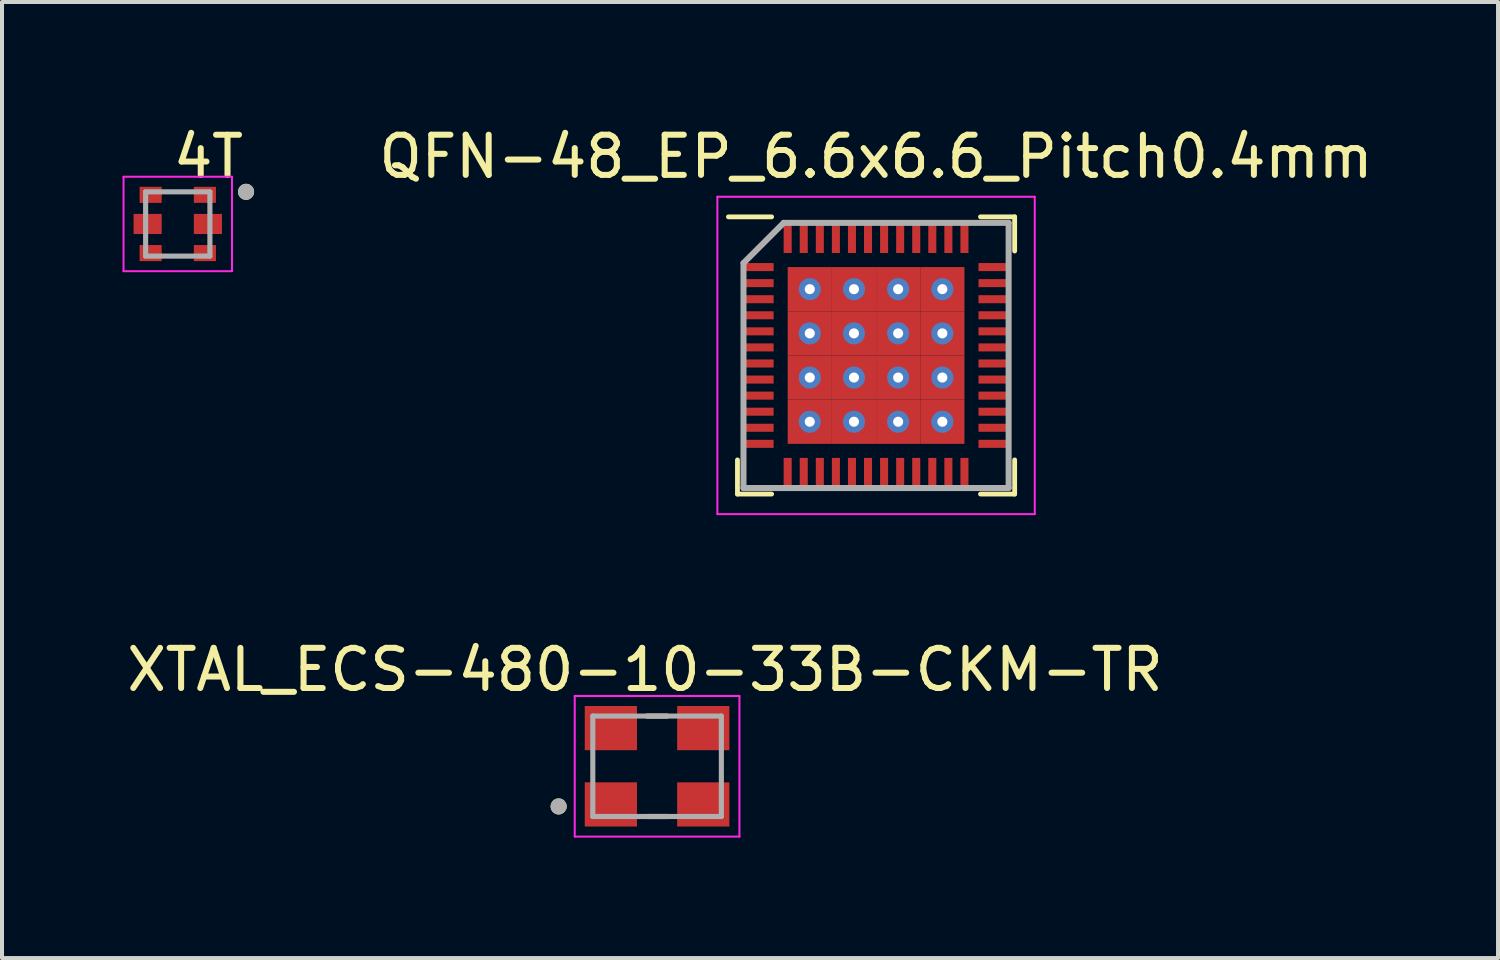
<source format=kicad_pcb>
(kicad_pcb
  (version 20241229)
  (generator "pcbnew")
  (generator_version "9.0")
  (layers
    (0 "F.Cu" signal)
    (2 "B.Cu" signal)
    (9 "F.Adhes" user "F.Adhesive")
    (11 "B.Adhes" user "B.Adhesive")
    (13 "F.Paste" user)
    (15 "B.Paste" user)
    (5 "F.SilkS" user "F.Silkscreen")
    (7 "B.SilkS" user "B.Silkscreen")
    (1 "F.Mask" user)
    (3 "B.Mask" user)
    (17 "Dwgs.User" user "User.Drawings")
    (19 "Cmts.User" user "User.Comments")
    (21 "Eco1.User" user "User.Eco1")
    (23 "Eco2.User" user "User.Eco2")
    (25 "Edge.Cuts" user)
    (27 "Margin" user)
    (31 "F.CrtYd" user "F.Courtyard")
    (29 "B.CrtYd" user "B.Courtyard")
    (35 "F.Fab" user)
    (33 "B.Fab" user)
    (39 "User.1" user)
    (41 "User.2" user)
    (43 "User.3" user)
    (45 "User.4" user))
  (footprint "4T"
    (layer "F.Cu")
    (at 1.375 2.525)
    (property "Reference" "4T" (at 0.762 -1.676 0) (layer "F.SilkS") (effects (font (size 1 1) (thickness 0.15))))
    (attr through_hole)
    (fp_circle (center 1.7 -0.8) (end 1.8 -0.8) (stroke (width 0.2) (type solid)) (fill no) (layer "F.SilkS"))
    (fp_line (start -1.35 -1.175) (end 1.35 -1.175) (stroke (width 0.05) (type solid)) (layer "F.CrtYd"))
    (fp_line (start -1.35 1.175) (end -1.35 -1.175) (stroke (width 0.05) (type solid)) (layer "F.CrtYd"))
    (fp_line (start 1.35 -1.175) (end 1.35 1.175) (stroke (width 0.05) (type solid)) (layer "F.CrtYd"))
    (fp_line (start 1.35 1.175) (end -1.35 1.175) (stroke (width 0.05) (type solid)) (layer "F.CrtYd"))
    (fp_line (start -0.8 -0.8) (end 0.8 -0.8) (stroke (width 0.127) (type solid)) (layer "F.Fab"))
    (fp_line (start -0.8 0.8) (end -0.8 -0.8) (stroke (width 0.127) (type solid)) (layer "F.Fab"))
    (fp_line (start 0.8 -0.8) (end 0.8 0.8) (stroke (width 0.127) (type solid)) (layer "F.Fab"))
    (fp_line (start 0.8 0.8) (end -0.8 0.8) (stroke (width 0.127) (type solid)) (layer "F.Fab"))
    (fp_circle (center 1.7 -0.8) (end 1.8 -0.8) (stroke (width 0.2) (type solid)) (fill no) (layer "F.Fab"))
    (pad "1" smd rect (at 0.675 -0.725) (size 0.55 0.4) (layers "F.Cu" "F.Mask" "F.Paste"))
    (pad "2" smd rect (at -0.675 -0.725) (size 0.55 0.4) (layers "F.Cu" "F.Mask" "F.Paste"))
    (pad "3" smd rect (at 0.75 0) (size 0.7 0.5) (layers "F.Cu" "F.Mask" "F.Paste"))
    (pad "4" smd rect (at -0.75 0) (size 0.7 0.5) (layers "F.Cu" "F.Mask" "F.Paste"))
    (pad "5" smd rect (at 0.675 0.725) (size 0.55 0.4) (layers "F.Cu" "F.Mask" "F.Paste"))
    (pad "6" smd rect (at -0.675 0.725) (size 0.55 0.4) (layers "F.Cu" "F.Mask" "F.Paste")))
  (footprint "QFN-48_EP_6.6x6.6_Pitch0.4mm"
    (layer "F.Cu")
    (at 18.757 5.798)
    (property "Reference" "QFN-48_EP_6.6x6.6_Pitch0.4mm" (at 0 -4.95 0) (layer "F.SilkS") (effects (font (size 1 1) (thickness 0.15))))
    (attr smd)
    (fp_line (start -3.45 3.45) (end -3.45 2.6) (stroke (width 0.12) (type solid)) (layer "F.SilkS"))
    (fp_line (start -2.6 -3.45) (end -3.675 -3.45) (stroke (width 0.12) (type solid)) (layer "F.SilkS"))
    (fp_line (start -2.6 3.45) (end -3.45 3.45) (stroke (width 0.12) (type solid)) (layer "F.SilkS"))
    (fp_line (start 2.6 -3.45) (end 3.45 -3.45) (stroke (width 0.12) (type solid)) (layer "F.SilkS"))
    (fp_line (start 2.6 3.45) (end 3.45 3.45) (stroke (width 0.12) (type solid)) (layer "F.SilkS"))
    (fp_line (start 3.45 -3.45) (end 3.45 -2.6) (stroke (width 0.12) (type solid)) (layer "F.SilkS"))
    (fp_line (start 3.45 3.45) (end 3.45 2.6) (stroke (width 0.12) (type solid)) (layer "F.SilkS"))
    (fp_line (start -3.95 -3.95) (end 3.95 -3.95) (stroke (width 0.05) (type solid)) (layer "F.CrtYd"))
    (fp_line (start -3.95 3.95) (end -3.95 -3.95) (stroke (width 0.05) (type solid)) (layer "F.CrtYd"))
    (fp_line (start 3.95 -3.95) (end 3.95 3.95) (stroke (width 0.05) (type solid)) (layer "F.CrtYd"))
    (fp_line (start 3.95 3.95) (end -3.95 3.95) (stroke (width 0.05) (type solid)) (layer "F.CrtYd"))
    (fp_line (start -3.3 -2.3) (end -3.3 3.3) (stroke (width 0.15) (type solid)) (layer "F.Fab"))
    (fp_line (start -3.3 3.3) (end 3.3 3.3) (stroke (width 0.15) (type solid)) (layer "F.Fab"))
    (fp_line (start -2.3 -3.3) (end -3.3 -2.3) (stroke (width 0.15) (type solid)) (layer "F.Fab"))
    (fp_line (start 3.3 -3.3) (end -2.3 -3.3) (stroke (width 0.15) (type solid)) (layer "F.Fab"))
    (fp_line (start 3.3 3.3) (end 3.3 -3.3) (stroke (width 0.15) (type solid)) (layer "F.Fab"))
    (pad "1" smd rect (at -2.925 -2.2 90) (size 0.2 0.75) (layers "F.Cu" "F.Mask" "F.Paste"))
    (pad "2" smd rect (at -2.925 -1.8 90) (size 0.2 0.75) (layers "F.Cu" "F.Mask" "F.Paste"))
    (pad "3" smd rect (at -2.925 -1.4 90) (size 0.2 0.75) (layers "F.Cu" "F.Mask" "F.Paste"))
    (pad "4" smd rect (at -2.925 -1 90) (size 0.2 0.75) (layers "F.Cu" "F.Mask" "F.Paste"))
    (pad "5" smd rect (at -2.925 -0.6 90) (size 0.2 0.75) (layers "F.Cu" "F.Mask" "F.Paste"))
    (pad "6" smd rect (at -2.925 -0.2 90) (size 0.2 0.75) (layers "F.Cu" "F.Mask" "F.Paste"))
    (pad "7" smd rect (at -2.925 0.2 90) (size 0.2 0.75) (layers "F.Cu" "F.Mask" "F.Paste"))
    (pad "8" smd rect (at -2.925 0.6 90) (size 0.2 0.75) (layers "F.Cu" "F.Mask" "F.Paste"))
    (pad "9" smd rect (at -2.925 1 90) (size 0.2 0.75) (layers "F.Cu" "F.Mask" "F.Paste"))
    (pad "10" smd rect (at -2.925 1.4 90) (size 0.2 0.75) (layers "F.Cu" "F.Mask" "F.Paste"))
    (pad "11" smd rect (at -2.925 1.8 90) (size 0.2 0.75) (layers "F.Cu" "F.Mask" "F.Paste"))
    (pad "12" smd rect (at -2.925 2.2 90) (size 0.2 0.75) (layers "F.Cu" "F.Mask" "F.Paste"))
    (pad "13" smd rect (at -2.2 2.925) (size 0.2 0.75) (layers "F.Cu" "F.Mask" "F.Paste"))
    (pad "14" smd rect (at -1.8 2.925) (size 0.2 0.75) (layers "F.Cu" "F.Mask" "F.Paste"))
    (pad "15" smd rect (at -1.4 2.925) (size 0.2 0.75) (layers "F.Cu" "F.Mask" "F.Paste"))
    (pad "16" smd rect (at -1 2.925) (size 0.2 0.75) (layers "F.Cu" "F.Mask" "F.Paste"))
    (pad "17" smd rect (at -0.6 2.925) (size 0.2 0.75) (layers "F.Cu" "F.Mask" "F.Paste"))
    (pad "18" smd rect (at -0.2 2.925) (size 0.2 0.75) (layers "F.Cu" "F.Mask" "F.Paste"))
    (pad "19" smd rect (at 0.2 2.925) (size 0.2 0.75) (layers "F.Cu" "F.Mask" "F.Paste"))
    (pad "20" smd rect (at 0.6 2.925) (size 0.2 0.75) (layers "F.Cu" "F.Mask" "F.Paste"))
    (pad "21" smd rect (at 1 2.925) (size 0.2 0.75) (layers "F.Cu" "F.Mask" "F.Paste"))
    (pad "22" smd rect (at 1.4 2.925) (size 0.2 0.75) (layers "F.Cu" "F.Mask" "F.Paste"))
    (pad "23" smd rect (at 1.8 2.925) (size 0.2 0.75) (layers "F.Cu" "F.Mask" "F.Paste"))
    (pad "24" smd rect (at 2.2 2.925) (size 0.2 0.75) (layers "F.Cu" "F.Mask" "F.Paste"))
    (pad "25" smd rect (at 2.925 2.2 90) (size 0.2 0.75) (layers "F.Cu" "F.Mask" "F.Paste"))
    (pad "26" smd rect (at 2.925 1.8 90) (size 0.2 0.75) (layers "F.Cu" "F.Mask" "F.Paste"))
    (pad "27" smd rect (at 2.925 1.4 90) (size 0.2 0.75) (layers "F.Cu" "F.Mask" "F.Paste"))
    (pad "28" smd rect (at 2.925 1 90) (size 0.2 0.75) (layers "F.Cu" "F.Mask" "F.Paste"))
    (pad "29" smd rect (at 2.925 0.6 90) (size 0.2 0.75) (layers "F.Cu" "F.Mask" "F.Paste"))
    (pad "30" smd rect (at 2.925 0.2 90) (size 0.2 0.75) (layers "F.Cu" "F.Mask" "F.Paste"))
    (pad "31" smd rect (at 2.925 -0.2 90) (size 0.2 0.75) (layers "F.Cu" "F.Mask" "F.Paste"))
    (pad "32" smd rect (at 2.925 -0.6 90) (size 0.2 0.75) (layers "F.Cu" "F.Mask" "F.Paste"))
    (pad "33" smd rect (at 2.925 -1 90) (size 0.2 0.75) (layers "F.Cu" "F.Mask" "F.Paste"))
    (pad "34" smd rect (at 2.925 -1.4 90) (size 0.2 0.75) (layers "F.Cu" "F.Mask" "F.Paste"))
    (pad "35" smd rect (at 2.925 -1.8 90) (size 0.2 0.75) (layers "F.Cu" "F.Mask" "F.Paste"))
    (pad "36" smd rect (at 2.925 -2.2 90) (size 0.2 0.75) (layers "F.Cu" "F.Mask" "F.Paste"))
    (pad "37" smd rect (at 2.2 -2.925) (size 0.2 0.75) (layers "F.Cu" "F.Mask" "F.Paste"))
    (pad "38" smd rect (at 1.8 -2.925) (size 0.2 0.75) (layers "F.Cu" "F.Mask" "F.Paste"))
    (pad "39" smd rect (at 1.4 -2.925) (size 0.2 0.75) (layers "F.Cu" "F.Mask" "F.Paste"))
    (pad "40" smd rect (at 1 -2.925) (size 0.2 0.75) (layers "F.Cu" "F.Mask" "F.Paste"))
    (pad "41" smd rect (at 0.6 -2.925) (size 0.2 0.75) (layers "F.Cu" "F.Mask" "F.Paste"))
    (pad "42" smd rect (at 0.2 -2.925) (size 0.2 0.75) (layers "F.Cu" "F.Mask" "F.Paste"))
    (pad "43" smd rect (at -0.2 -2.925) (size 0.2 0.75) (layers "F.Cu" "F.Mask" "F.Paste"))
    (pad "44" smd rect (at -0.6 -2.925) (size 0.2 0.75) (layers "F.Cu" "F.Mask" "F.Paste"))
    (pad "45" smd rect (at -1 -2.925) (size 0.2 0.75) (layers "F.Cu" "F.Mask" "F.Paste"))
    (pad "46" smd rect (at -1.4 -2.925) (size 0.2 0.75) (layers "F.Cu" "F.Mask" "F.Paste"))
    (pad "47" smd rect (at -1.8 -2.925) (size 0.2 0.75) (layers "F.Cu" "F.Mask" "F.Paste"))
    (pad "48" smd rect (at -2.2 -2.925) (size 0.2 0.75) (layers "F.Cu" "F.Mask" "F.Paste"))
    (pad "49" thru_hole circle (at -1.65 -1.65) (size 0.55 0.55) (drill 0.25) (layers "*.Cu" "*.Mask"))
    (pad "49" smd rect (at -1.65 -1.65) (size 1.1 1.1) (layers "F.Cu" "F.Mask" "F.Paste"))
    (pad "49" thru_hole circle (at -1.65 -0.55) (size 0.55 0.55) (drill 0.25) (layers "*.Cu" "*.Mask"))
    (pad "49" smd rect (at -1.65 -0.55) (size 1.1 1.1) (layers "F.Cu" "F.Mask" "F.Paste"))
    (pad "49" thru_hole circle (at -1.65 0.55) (size 0.55 0.55) (drill 0.25) (layers "*.Cu" "*.Mask"))
    (pad "49" smd rect (at -1.65 0.55) (size 1.1 1.1) (layers "F.Cu" "F.Mask" "F.Paste"))
    (pad "49" thru_hole circle (at -1.65 1.65) (size 0.55 0.55) (drill 0.25) (layers "*.Cu" "*.Mask"))
    (pad "49" smd rect (at -1.65 1.65) (size 1.1 1.1) (layers "F.Cu" "F.Mask" "F.Paste"))
    (pad "49" thru_hole circle (at -0.55 -1.65) (size 0.55 0.55) (drill 0.25) (layers "*.Cu" "*.Mask"))
    (pad "49" smd rect (at -0.55 -1.65) (size 1.1 1.1) (layers "F.Cu" "F.Mask" "F.Paste"))
    (pad "49" thru_hole circle (at -0.55 -0.55) (size 0.55 0.55) (drill 0.25) (layers "*.Cu" "*.Mask"))
    (pad "49" smd rect (at -0.55 -0.55) (size 1.1 1.1) (layers "F.Cu" "F.Mask" "F.Paste"))
    (pad "49" thru_hole circle (at -0.55 0.55) (size 0.55 0.55) (drill 0.25) (layers "*.Cu" "*.Mask"))
    (pad "49" smd rect (at -0.55 0.55) (size 1.1 1.1) (layers "F.Cu" "F.Mask" "F.Paste"))
    (pad "49" thru_hole circle (at -0.55 1.65) (size 0.55 0.55) (drill 0.25) (layers "*.Cu" "*.Mask"))
    (pad "49" smd rect (at -0.55 1.65) (size 1.1 1.1) (layers "F.Cu" "F.Mask" "F.Paste"))
    (pad "49" thru_hole circle (at 0.55 -1.65) (size 0.55 0.55) (drill 0.25) (layers "*.Cu" "*.Mask"))
    (pad "49" smd rect (at 0.55 -1.65) (size 1.1 1.1) (layers "F.Cu" "F.Mask" "F.Paste"))
    (pad "49" thru_hole circle (at 0.55 -0.55) (size 0.55 0.55) (drill 0.25) (layers "*.Cu" "*.Mask"))
    (pad "49" smd rect (at 0.55 -0.55) (size 1.1 1.1) (layers "F.Cu" "F.Mask" "F.Paste"))
    (pad "49" thru_hole circle (at 0.55 0.55) (size 0.55 0.55) (drill 0.25) (layers "*.Cu" "*.Mask"))
    (pad "49" smd rect (at 0.55 0.55) (size 1.1 1.1) (layers "F.Cu" "F.Mask" "F.Paste"))
    (pad "49" thru_hole circle (at 0.55 1.65) (size 0.55 0.55) (drill 0.25) (layers "*.Cu" "*.Mask"))
    (pad "49" smd rect (at 0.55 1.65) (size 1.1 1.1) (layers "F.Cu" "F.Mask" "F.Paste"))
    (pad "49" thru_hole circle (at 1.65 -1.65) (size 0.55 0.55) (drill 0.25) (layers "*.Cu" "*.Mask"))
    (pad "49" smd rect (at 1.65 -1.65) (size 1.1 1.1) (layers "F.Cu" "F.Mask" "F.Paste"))
    (pad "49" thru_hole circle (at 1.65 -0.55) (size 0.55 0.55) (drill 0.25) (layers "*.Cu" "*.Mask"))
    (pad "49" smd rect (at 1.65 -0.55) (size 1.1 1.1) (layers "F.Cu" "F.Mask" "F.Paste"))
    (pad "49" thru_hole circle (at 1.65 0.55) (size 0.55 0.55) (drill 0.25) (layers "*.Cu" "*.Mask"))
    (pad "49" smd rect (at 1.65 0.55) (size 1.1 1.1) (layers "F.Cu" "F.Mask" "F.Paste"))
    (pad "49" thru_hole circle (at 1.65 1.65) (size 0.55 0.55) (drill 0.25) (layers "*.Cu" "*.Mask"))
    (pad "49" smd rect (at 1.65 1.65) (size 1.1 1.1) (layers "F.Cu" "F.Mask" "F.Paste")))
  (footprint "XTAL_ECS-480-10-33B-CKM-TR"
    (layer "F.Cu")
    (at 13.306 16.024)
    (property "Reference" "XTAL_ECS-480-10-33B-CKM-TR" (at -0.3 -2.403 0) (layer "F.SilkS") (effects (font (size 1 1) (thickness 0.15))))
    (attr through_hole)
    (fp_line (start -0.25 -1.25) (end 0.25 -1.25) (stroke (width 0.127) (type solid)) (layer "F.SilkS"))
    (fp_line (start 0.25 1.25) (end -0.25 1.25) (stroke (width 0.127) (type solid)) (layer "F.SilkS"))
    (fp_circle (center -2.45 1) (end -2.35 1) (stroke (width 0.2) (type solid)) (fill no) (layer "F.SilkS"))
    (fp_line (start -2.05 -1.75) (end 2.05 -1.75) (stroke (width 0.05) (type solid)) (layer "F.CrtYd"))
    (fp_line (start -2.05 1.75) (end -2.05 -1.75) (stroke (width 0.05) (type solid)) (layer "F.CrtYd"))
    (fp_line (start 2.05 -1.75) (end 2.05 1.75) (stroke (width 0.05) (type solid)) (layer "F.CrtYd"))
    (fp_line (start 2.05 1.75) (end -2.05 1.75) (stroke (width 0.05) (type solid)) (layer "F.CrtYd"))
    (fp_line (start -1.6 -1.25) (end 1.6 -1.25) (stroke (width 0.127) (type solid)) (layer "F.Fab"))
    (fp_line (start -1.6 1.25) (end -1.6 -1.25) (stroke (width 0.127) (type solid)) (layer "F.Fab"))
    (fp_line (start 1.6 -1.25) (end 1.6 1.25) (stroke (width 0.127) (type solid)) (layer "F.Fab"))
    (fp_line (start 1.6 1.25) (end -1.6 1.25) (stroke (width 0.127) (type solid)) (layer "F.Fab"))
    (fp_circle (center -2.45 1) (end -2.35 1) (stroke (width 0.2) (type solid)) (fill no) (layer "F.Fab"))
    (pad "1" smd rect (at -1.15 0.95) (size 1.3 1.1) (layers "F.Cu" "F.Mask" "F.Paste"))
    (pad "2" smd rect (at 1.15 0.95) (size 1.3 1.1) (layers "F.Cu" "F.Mask" "F.Paste"))
    (pad "3" smd rect (at 1.15 -0.95) (size 1.3 1.1) (layers "F.Cu" "F.Mask" "F.Paste"))
    (pad "4" smd rect (at -1.15 -0.95) (size 1.3 1.1) (layers "F.Cu" "F.Mask" "F.Paste")))
  (gr_rect
    (start -3 -3)
    (end 34.239 20.799)
    (stroke (width 0.1) (type default))
    (fill no)
    (layer "Edge.Cuts")))
</source>
